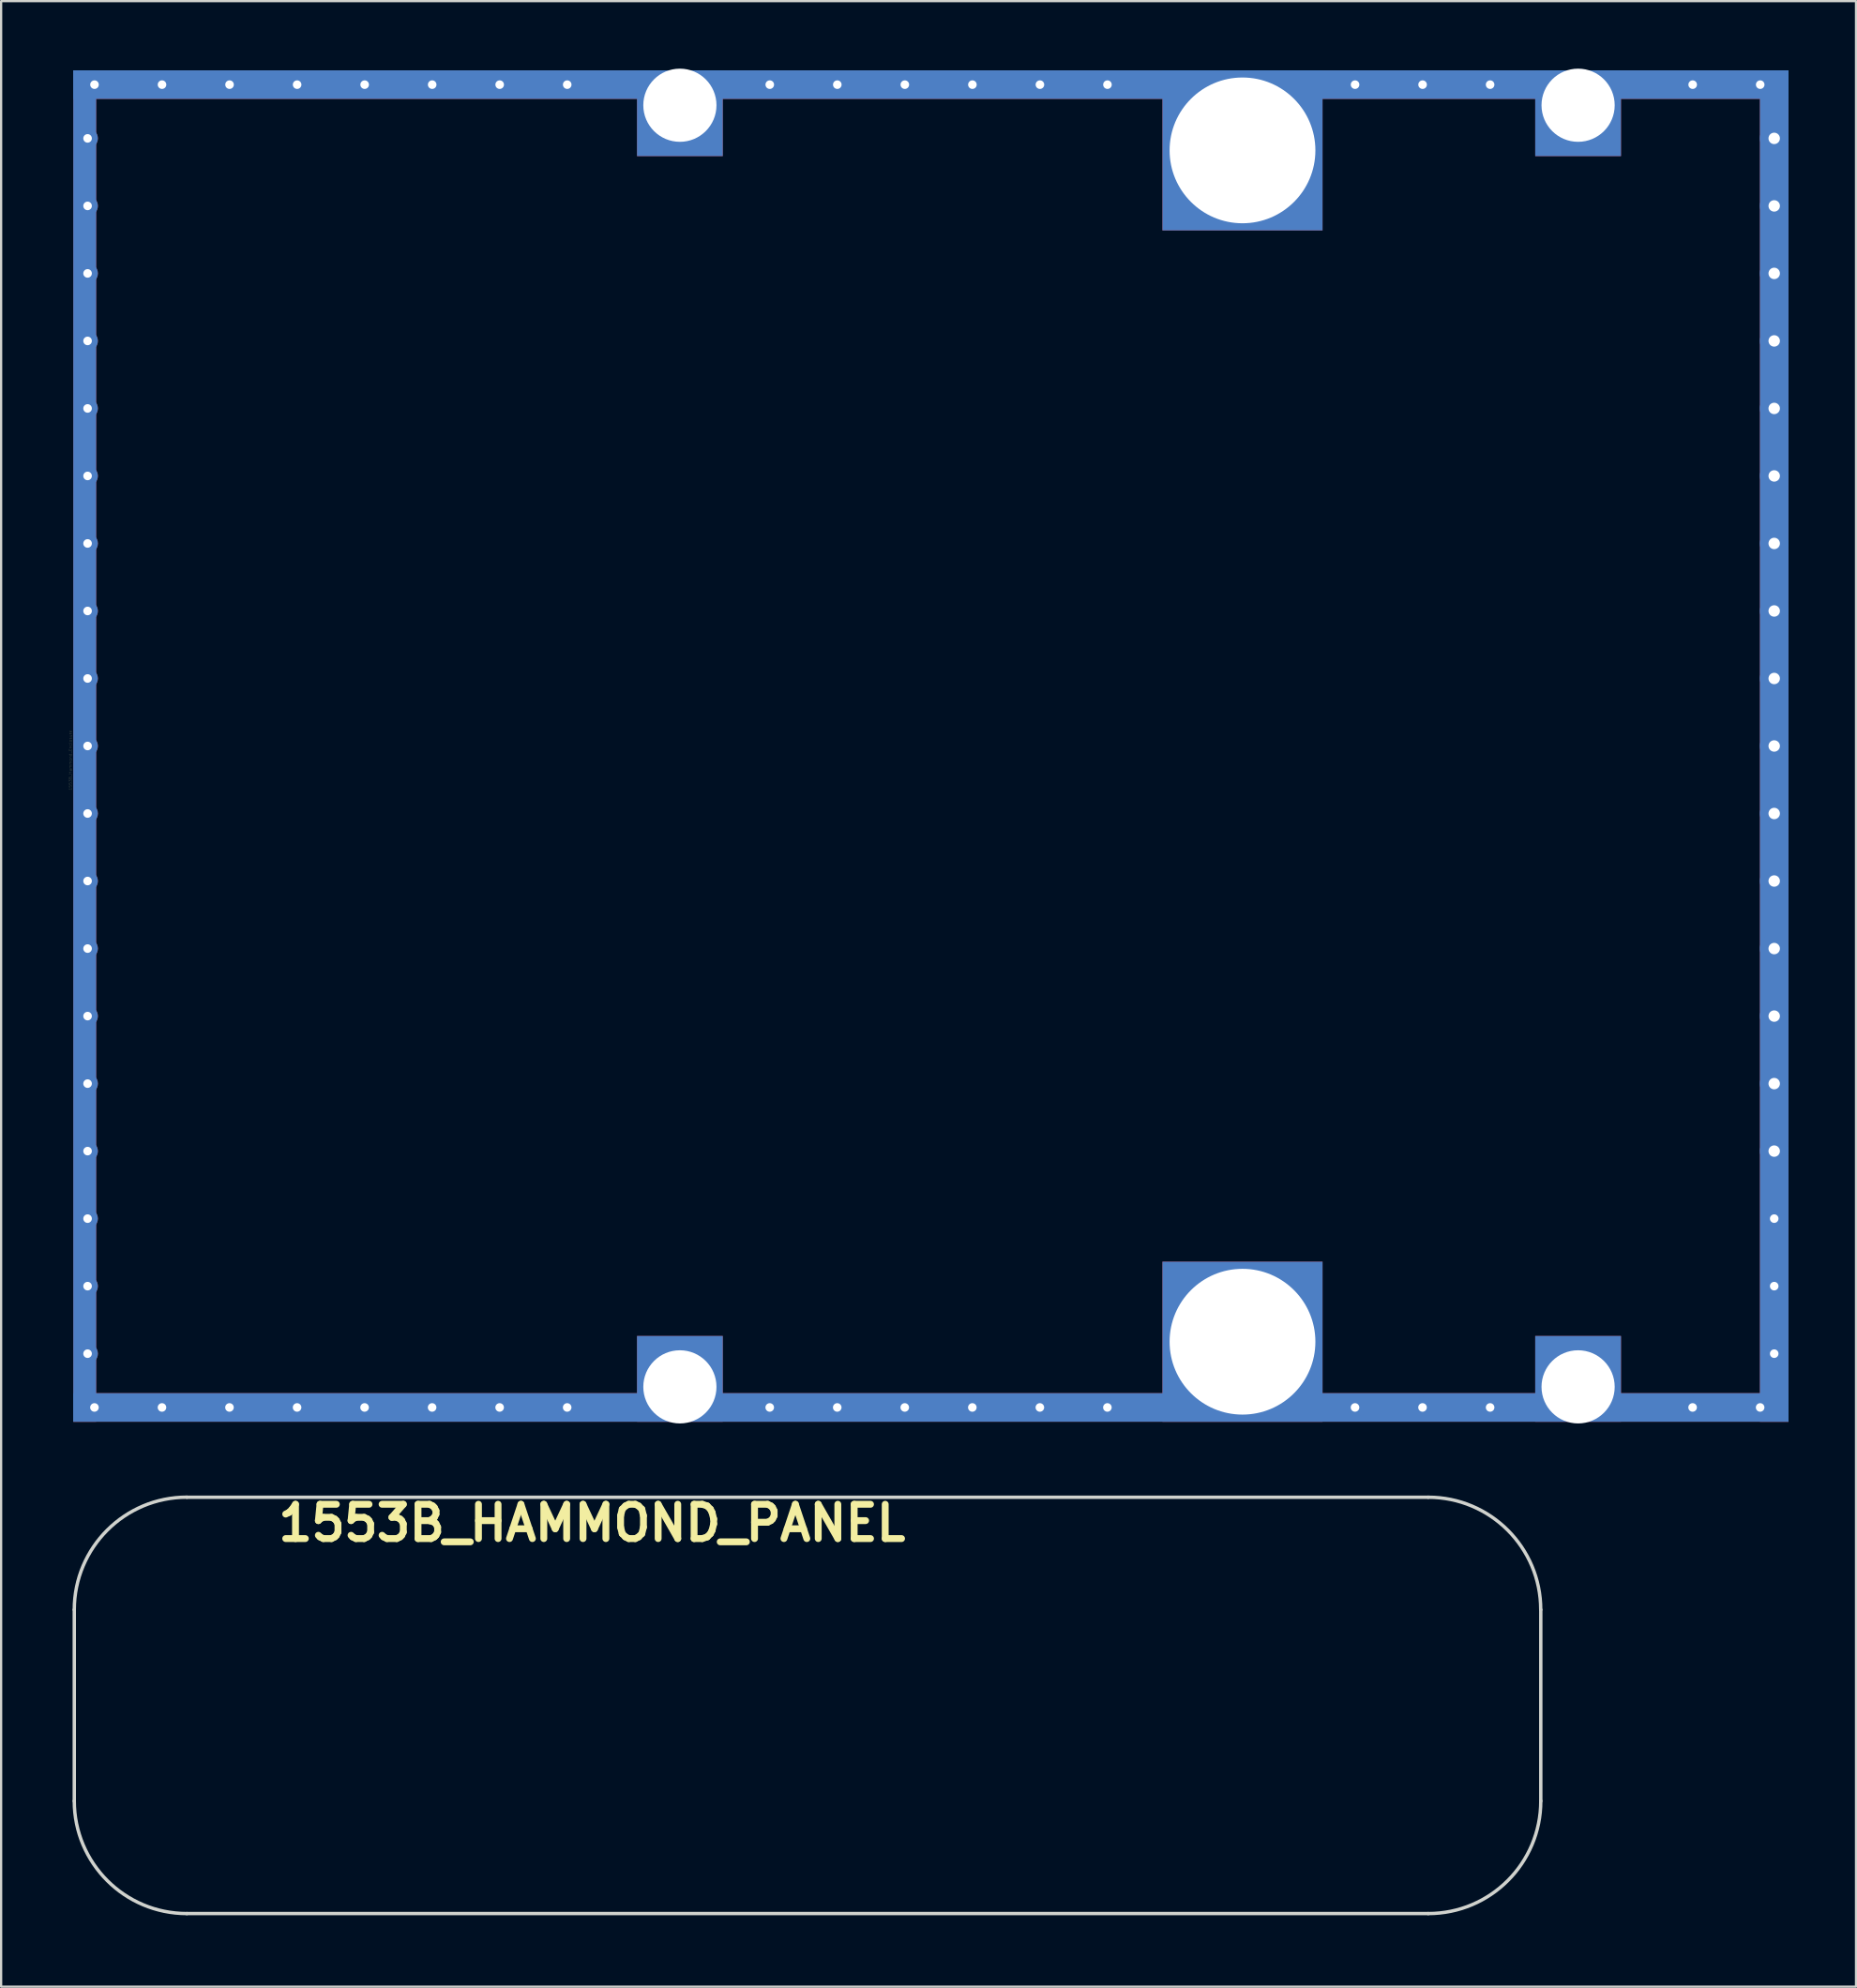
<source format=kicad_pcb>
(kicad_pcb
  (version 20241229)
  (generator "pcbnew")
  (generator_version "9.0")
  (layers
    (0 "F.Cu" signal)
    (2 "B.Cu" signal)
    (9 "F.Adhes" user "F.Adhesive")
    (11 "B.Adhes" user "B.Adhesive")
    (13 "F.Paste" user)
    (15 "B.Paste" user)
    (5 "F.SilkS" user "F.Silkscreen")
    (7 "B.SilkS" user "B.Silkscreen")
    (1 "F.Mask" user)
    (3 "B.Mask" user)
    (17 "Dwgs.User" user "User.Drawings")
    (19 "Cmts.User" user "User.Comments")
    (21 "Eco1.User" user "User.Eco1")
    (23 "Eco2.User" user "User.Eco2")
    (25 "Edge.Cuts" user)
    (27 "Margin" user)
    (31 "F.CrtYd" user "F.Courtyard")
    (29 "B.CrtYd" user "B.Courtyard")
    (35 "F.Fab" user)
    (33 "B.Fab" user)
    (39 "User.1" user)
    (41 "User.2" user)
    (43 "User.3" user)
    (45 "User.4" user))
  (footprint "1553B_HAMMOND_PANEL"
    (layer "F.Cu")
    (at 0.25 81.975)
    (property "Reference" "1553B_HAMMOND_PANEL" (at 23 -17.351 0) (layer "F.SilkS") (effects (font (size 1.524 1.524) (thickness 0.305))))
    (attr through_hole)
    (fp_line (start 0 -5.001) (end 0 -13.5) (stroke (width 0.15) (type solid)) (layer "Edge.Cuts"))
    (fp_line (start 5.001 -18.499) (end 60.15 -18.499) (stroke (width 0.15) (type solid)) (layer "Edge.Cuts"))
    (fp_line (start 60.15 0) (end 5.001 0) (stroke (width 0.15) (type solid)) (layer "Edge.Cuts"))
    (fp_line (start 65.151 -13.5) (end 65.151 -5.001) (stroke (width 0.15) (type solid)) (layer "Edge.Cuts"))
    (fp_arc (start 0 -13.5001) (mid 1.464835 -17.036525) (end 5.00126 -18.50136) (stroke (width 0.14986) (type solid)) (layer "Edge.Cuts"))
    (fp_arc (start 5.00126 0) (mid 1.464835 -1.464835) (end 0 -5.00126) (stroke (width 0.14986) (type solid)) (layer "Edge.Cuts"))
    (fp_arc (start 60.14974 -18.49882) (mid 63.684369 -17.034729) (end 65.14846 -13.5001) (stroke (width 0.14986) (type solid)) (layer "Edge.Cuts"))
    (fp_arc (start 65.151 -5.00126) (mid 63.686165 -1.464835) (end 60.14974 0) (stroke (width 0.14986) (type solid)) (layer "Edge.Cuts")))
  (footprint "1553B_Hammond_Enclosure"
    (layer "F.Cu")
    (at 52.149 30.099)
    (property "Reference" "1553B_Hammond_Enclosure" (at -52.07 0.635 90) (layer "F.SilkS") (effects (font (size 0.127 0.127) (thickness 0.003))))
    (attr through_hole)
    (pad "1" smd rect (at -51.435 0) (size 1.016 60.046) (layers "*.Cu" "*.Mask"))
    (pad "1" thru_hole circle (at -51.308 -27) (size 0.914 0.914) (drill 0.381) (layers "*.Cu" "*.Mask"))
    (pad "1" thru_hole circle (at -51.308 -24) (size 0.914 0.914) (drill 0.381) (layers "*.Cu" "*.Mask"))
    (pad "1" thru_hole circle (at -51.308 -21.001) (size 0.914 0.914) (drill 0.381) (layers "*.Cu" "*.Mask"))
    (pad "1" thru_hole circle (at -51.308 -18.001) (size 0.914 0.914) (drill 0.381) (layers "*.Cu" "*.Mask"))
    (pad "1" thru_hole circle (at -51.308 -15.001) (size 0.914 0.914) (drill 0.381) (layers "*.Cu" "*.Mask"))
    (pad "1" thru_hole circle (at -51.308 -12.002) (size 0.914 0.914) (drill 0.381) (layers "*.Cu" "*.Mask"))
    (pad "1" thru_hole circle (at -51.308 -9.002) (size 0.914 0.914) (drill 0.381) (layers "*.Cu" "*.Mask"))
    (pad "1" thru_hole circle (at -51.308 -6.002) (size 0.914 0.914) (drill 0.381) (layers "*.Cu" "*.Mask"))
    (pad "1" thru_hole circle (at -51.308 -3.002) (size 0.914 0.914) (drill 0.381) (layers "*.Cu" "*.Mask"))
    (pad "1" thru_hole circle (at -51.308 -0.003) (size 0.914 0.914) (drill 0.381) (layers "*.Cu" "*.Mask"))
    (pad "1" thru_hole circle (at -51.308 2.997) (size 0.914 0.914) (drill 0.381) (layers "*.Cu" "*.Mask"))
    (pad "1" thru_hole circle (at -51.308 5.997) (size 0.914 0.914) (drill 0.381) (layers "*.Cu" "*.Mask"))
    (pad "1" thru_hole circle (at -51.308 8.999) (size 0.914 0.914) (drill 0.381) (layers "*.Cu" "*.Mask"))
    (pad "1" thru_hole circle (at -51.308 11.999) (size 0.914 0.914) (drill 0.381) (layers "*.Cu" "*.Mask"))
    (pad "1" thru_hole circle (at -51.308 14.999) (size 0.914 0.914) (drill 0.381) (layers "*.Cu" "*.Mask"))
    (pad "1" thru_hole circle (at -51.308 17.998) (size 0.914 0.914) (drill 0.381) (layers "*.Cu" "*.Mask"))
    (pad "1" thru_hole circle (at -51.308 20.998) (size 0.914 0.914) (drill 0.381) (layers "*.Cu" "*.Mask"))
    (pad "1" thru_hole circle (at -51.308 23.998) (size 0.914 0.914) (drill 0.381) (layers "*.Cu" "*.Mask"))
    (pad "1" thru_hole circle (at -51.308 26.998) (size 0.914 0.914) (drill 0.381) (layers "*.Cu" "*.Mask"))
    (pad "1" thru_hole circle (at -51.003 29.388) (size 0.914 0.914) (drill 0.381) (layers "*.Cu" "*.Mask"))
    (pad "1" thru_hole circle (at -51.001 -29.388) (size 0.914 0.914) (drill 0.381) (layers "*.Cu" "*.Mask"))
    (pad "1" thru_hole circle (at -48.003 29.388) (size 0.914 0.914) (drill 0.381) (layers "*.Cu" "*.Mask"))
    (pad "1" thru_hole circle (at -48.001 -29.388) (size 0.914 0.914) (drill 0.381) (layers "*.Cu" "*.Mask"))
    (pad "1" thru_hole circle (at -45.004 29.388) (size 0.914 0.914) (drill 0.381) (layers "*.Cu" "*.Mask"))
    (pad "1" thru_hole circle (at -45.001 -29.388) (size 0.914 0.914) (drill 0.381) (layers "*.Cu" "*.Mask"))
    (pad "1" thru_hole circle (at -42.001 29.388) (size 0.914 0.914) (drill 0.381) (layers "*.Cu" "*.Mask"))
    (pad "1" thru_hole circle (at -41.999 -29.388) (size 0.914 0.914) (drill 0.381) (layers "*.Cu" "*.Mask"))
    (pad "1" thru_hole circle (at -39.002 29.388) (size 0.914 0.914) (drill 0.381) (layers "*.Cu" "*.Mask"))
    (pad "1" thru_hole circle (at -38.999 -29.388) (size 0.914 0.914) (drill 0.381) (layers "*.Cu" "*.Mask"))
    (pad "1" thru_hole circle (at -36.002 29.388) (size 0.914 0.914) (drill 0.381) (layers "*.Cu" "*.Mask"))
    (pad "1" thru_hole circle (at -35.999 -29.388) (size 0.914 0.914) (drill 0.381) (layers "*.Cu" "*.Mask"))
    (pad "1" thru_hole circle (at -33.002 29.388) (size 0.914 0.914) (drill 0.381) (layers "*.Cu" "*.Mask"))
    (pad "1" thru_hole circle (at -33 -29.388) (size 0.914 0.914) (drill 0.381) (layers "*.Cu" "*.Mask"))
    (pad "1" thru_hole circle (at -30.002 29.388) (size 0.914 0.914) (drill 0.381) (layers "*.Cu" "*.Mask"))
    (pad "1" thru_hole circle (at -30 -29.388) (size 0.914 0.914) (drill 0.381) (layers "*.Cu" "*.Mask"))
    (pad "1" thru_hole rect (at -24.994 -28.473) (size 3.81 3.81) (drill 3.251 (offset 0 0.356)) (layers "*.Cu" "*.Mask"))
    (pad "1" thru_hole rect (at -24.994 28.473) (size 3.81 3.81) (drill 3.251 (offset 0 -0.356)) (layers "*.Cu" "*.Mask"))
    (pad "1" thru_hole circle (at -21.003 29.388) (size 0.914 0.914) (drill 0.381) (layers "*.Cu" "*.Mask"))
    (pad "1" thru_hole circle (at -21.001 -29.388) (size 0.914 0.914) (drill 0.381) (layers "*.Cu" "*.Mask"))
    (pad "1" thru_hole circle (at -18.004 29.388) (size 0.914 0.914) (drill 0.381) (layers "*.Cu" "*.Mask"))
    (pad "1" thru_hole circle (at -18.001 -29.388) (size 0.914 0.914) (drill 0.381) (layers "*.Cu" "*.Mask"))
    (pad "1" thru_hole circle (at -15.004 29.388) (size 0.914 0.914) (drill 0.381) (layers "*.Cu" "*.Mask"))
    (pad "1" thru_hole circle (at -15.001 -29.388) (size 0.914 0.914) (drill 0.381) (layers "*.Cu" "*.Mask"))
    (pad "1" smd rect (at -13.843 -29.388) (size 76.2 1.27) (layers "*.Cu" "*.Mask"))
    (pad "1" smd rect (at -13.843 29.388) (size 76.2 1.27) (layers "*.Cu" "*.Mask"))
    (pad "1" thru_hole circle (at -12.002 29.388) (size 0.914 0.914) (drill 0.381) (layers "*.Cu" "*.Mask"))
    (pad "1" thru_hole circle (at -11.999 -29.388) (size 0.914 0.914) (drill 0.381) (layers "*.Cu" "*.Mask"))
    (pad "1" thru_hole circle (at -9.002 29.388) (size 0.914 0.914) (drill 0.381) (layers "*.Cu" "*.Mask"))
    (pad "1" thru_hole circle (at -8.999 -29.388) (size 0.914 0.914) (drill 0.381) (layers "*.Cu" "*.Mask"))
    (pad "1" thru_hole circle (at -6.002 29.388) (size 0.914 0.914) (drill 0.381) (layers "*.Cu" "*.Mask"))
    (pad "1" thru_hole circle (at -5.999 -29.388) (size 0.914 0.914) (drill 0.381) (layers "*.Cu" "*.Mask"))
    (pad "1" thru_hole rect (at 0 -26.467) (size 7.112 7.112) (drill 6.477) (layers "*.Cu"))
    (pad "1" thru_hole rect (at 0 26.467) (size 7.112 7.112) (drill 6.477) (layers "*.Cu"))
    (pad "1" thru_hole circle (at 4.999 29.388) (size 0.914 0.914) (drill 0.381) (layers "*.Cu" "*.Mask"))
    (pad "1" thru_hole circle (at 5.001 -29.388) (size 0.914 0.914) (drill 0.381) (layers "*.Cu" "*.Mask"))
    (pad "1" thru_hole circle (at 7.998 29.388) (size 0.914 0.914) (drill 0.381) (layers "*.Cu" "*.Mask"))
    (pad "1" thru_hole circle (at 8.001 -29.388) (size 0.914 0.914) (drill 0.381) (layers "*.Cu" "*.Mask"))
    (pad "1" thru_hole circle (at 11.001 -29.388) (size 0.914 0.914) (drill 0.381) (layers "*.Cu" "*.Mask"))
    (pad "1" thru_hole circle (at 11.001 29.388) (size 0.914 0.914) (drill 0.381) (layers "*.Cu" "*.Mask"))
    (pad "1" thru_hole rect (at 14.91 -28.473) (size 3.81 3.81) (drill 3.251 (offset 0 0.356)) (layers "*.Cu" "*.Mask"))
    (pad "1" thru_hole rect (at 14.91 28.473) (size 3.81 3.81) (drill 3.251 (offset 0 -0.356)) (layers "*.Cu" "*.Mask"))
    (pad "1" thru_hole circle (at 19.997 29.388) (size 0.914 0.914) (drill 0.381) (layers "*.Cu" "*.Mask"))
    (pad "1" thru_hole circle (at 20 -29.388) (size 0.914 0.914) (drill 0.381) (layers "*.Cu" "*.Mask"))
    (pad "1" thru_hole circle (at 22.997 29.388) (size 0.914 0.914) (drill 0.381) (layers "*.Cu" "*.Mask"))
    (pad "1" thru_hole circle (at 23 -29.388) (size 0.914 0.914) (drill 0.381) (layers "*.Cu" "*.Mask"))
    (pad "1" thru_hole circle (at 23.622 -27) (size 1.27 1.27) (drill 0.508) (layers "*.Cu" "B.Mask"))
    (pad "1" thru_hole circle (at 23.622 -24) (size 1.27 1.27) (drill 0.508) (layers "*.Cu" "B.Mask"))
    (pad "1" thru_hole circle (at 23.622 -21.001) (size 1.27 1.27) (drill 0.508) (layers "*.Cu" "B.Mask"))
    (pad "1" thru_hole circle (at 23.622 -18.001) (size 1.27 1.27) (drill 0.508) (layers "*.Cu" "B.Mask"))
    (pad "1" thru_hole circle (at 23.622 -15.001) (size 1.27 1.27) (drill 0.508) (layers "*.Cu" "B.Mask"))
    (pad "1" thru_hole circle (at 23.622 -12.002) (size 1.27 1.27) (drill 0.508) (layers "*.Cu" "B.Mask"))
    (pad "1" thru_hole circle (at 23.622 -9.002) (size 1.27 1.27) (drill 0.508) (layers "*.Cu" "B.Mask"))
    (pad "1" thru_hole circle (at 23.622 -6.002) (size 1.27 1.27) (drill 0.508) (layers "*.Cu" "B.Mask"))
    (pad "1" thru_hole circle (at 23.622 -3.002) (size 1.27 1.27) (drill 0.508) (layers "*.Cu" "B.Mask"))
    (pad "1" thru_hole circle (at 23.622 -0.003) (size 1.27 1.27) (drill 0.508) (layers "*.Cu" "B.Mask"))
    (pad "1" smd rect (at 23.622 0) (size 1.27 60.046) (layers "*.Cu" "*.Mask"))
    (pad "1" thru_hole circle (at 23.622 2.997) (size 1.27 1.27) (drill 0.508) (layers "*.Cu" "B.Mask"))
    (pad "1" thru_hole circle (at 23.622 5.997) (size 1.27 1.27) (drill 0.508) (layers "*.Cu" "B.Mask"))
    (pad "1" thru_hole circle (at 23.622 8.999) (size 1.27 1.27) (drill 0.508) (layers "*.Cu" "B.Mask"))
    (pad "1" thru_hole circle (at 23.622 11.999) (size 1.27 1.27) (drill 0.508) (layers "*.Cu" "B.Mask"))
    (pad "1" thru_hole circle (at 23.622 14.999) (size 1.27 1.27) (drill 0.508) (layers "*.Cu" "B.Mask"))
    (pad "1" thru_hole circle (at 23.622 17.998) (size 1.27 1.27) (drill 0.508) (layers "*.Cu" "B.Mask"))
    (pad "1" thru_hole circle (at 23.622 20.998) (size 0.914 0.914) (drill 0.381) (layers "*.Cu" "*.Mask"))
    (pad "1" thru_hole circle (at 23.622 23.998) (size 0.914 0.914) (drill 0.381) (layers "*.Cu" "*.Mask"))
    (pad "1" thru_hole circle (at 23.622 26.998) (size 0.914 0.914) (drill 0.381) (layers "*.Cu" "*.Mask")))
  (gr_rect
    (start -3 -3)
    (end 79.406 85.225)
    (stroke (width 0.1) (type default))
    (fill no)
    (layer "Edge.Cuts")))
</source>
